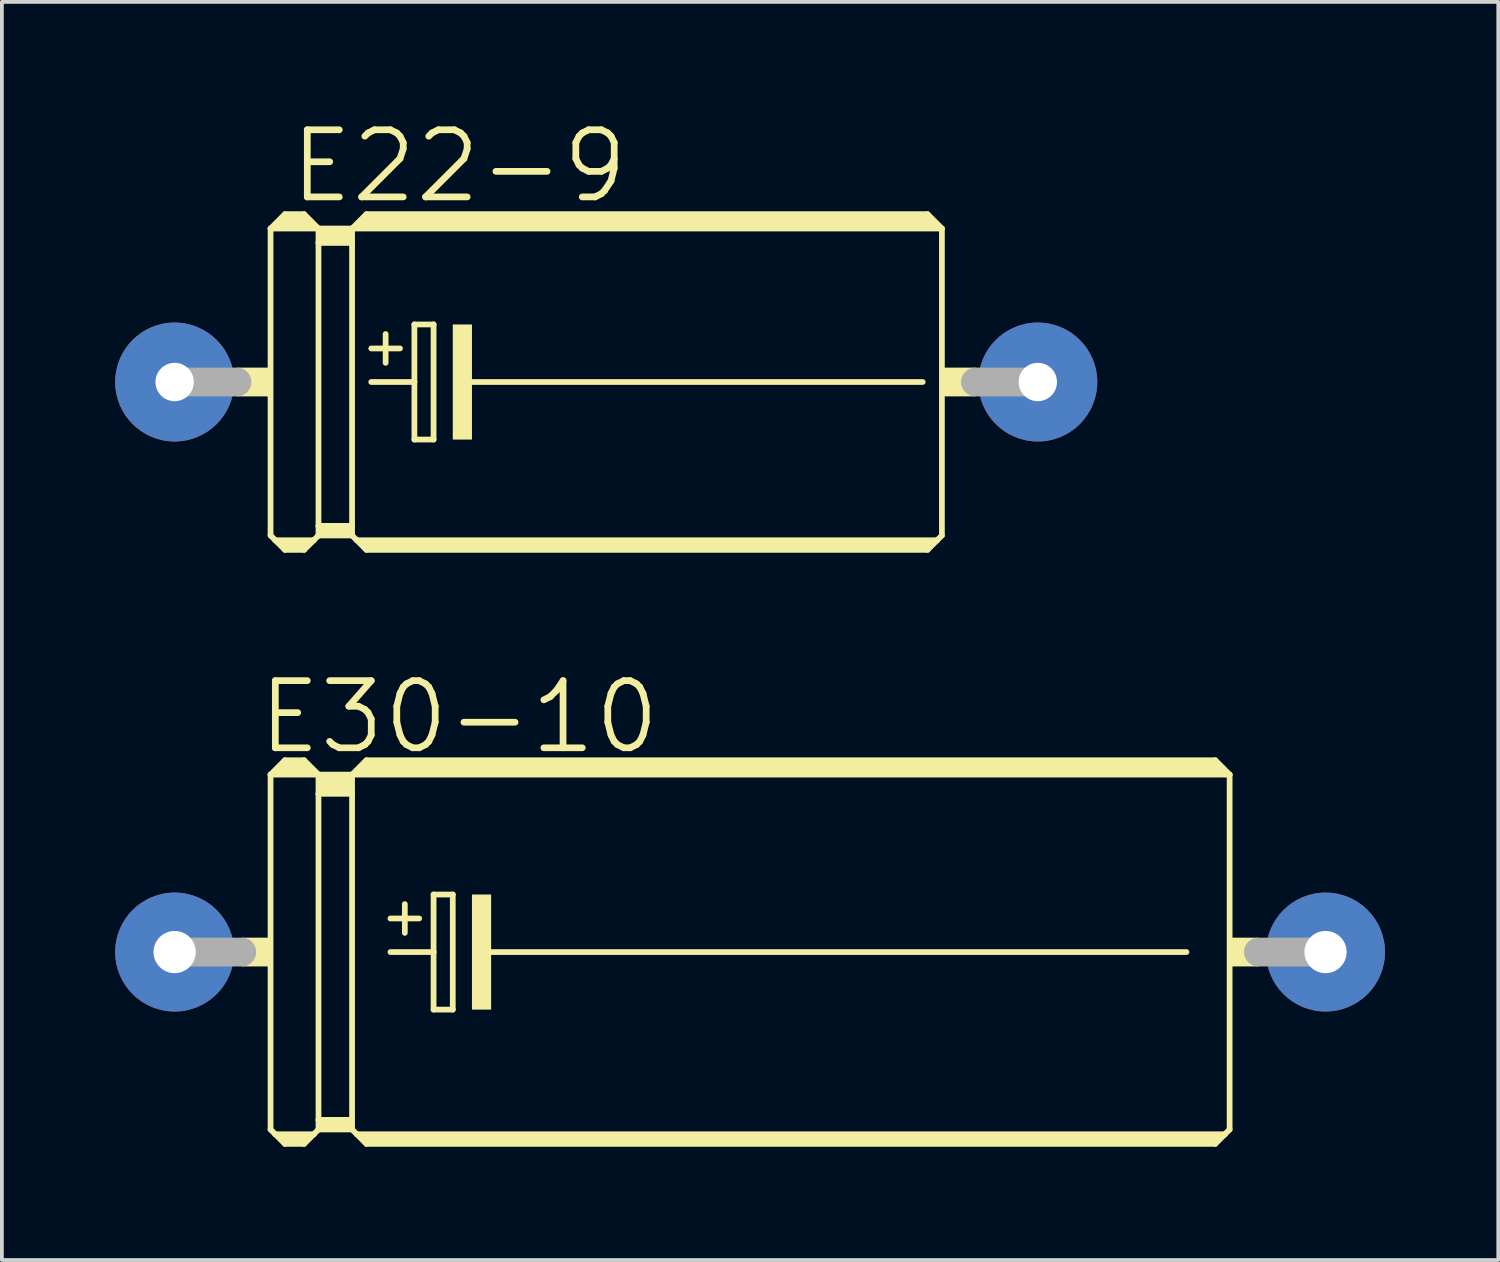
<source format=kicad_pcb>
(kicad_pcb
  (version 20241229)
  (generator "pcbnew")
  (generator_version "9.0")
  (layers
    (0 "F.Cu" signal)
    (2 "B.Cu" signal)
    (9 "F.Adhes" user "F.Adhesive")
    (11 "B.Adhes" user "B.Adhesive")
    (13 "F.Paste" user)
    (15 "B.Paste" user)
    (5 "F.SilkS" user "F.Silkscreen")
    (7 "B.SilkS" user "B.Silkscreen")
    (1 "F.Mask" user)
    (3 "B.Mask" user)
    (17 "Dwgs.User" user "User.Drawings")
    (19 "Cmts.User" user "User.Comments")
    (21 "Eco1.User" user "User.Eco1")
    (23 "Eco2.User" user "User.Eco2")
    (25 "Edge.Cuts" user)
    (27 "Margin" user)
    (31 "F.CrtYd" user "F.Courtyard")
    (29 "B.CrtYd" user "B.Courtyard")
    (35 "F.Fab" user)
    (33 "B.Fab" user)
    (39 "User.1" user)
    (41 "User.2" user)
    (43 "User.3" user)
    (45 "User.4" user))
  (footprint "E30-10"
    (layer "F.Cu")
    (at 16.815 22.164)
    (property "Reference" "E30-10" (at -7.705 -6.223 0) (layer "F.SilkS") (effects (font (size 1.778 1.778) (thickness 0.178))))
    (attr through_hole)
    (fp_line (start -12.7 -4.699) (end -12.7 4.699) (stroke (width 0.152) (type solid)) (layer "F.SilkS"))
    (fp_line (start -12.7 -4.699) (end -12.319 -5.08) (stroke (width 0.152) (type solid)) (layer "F.SilkS"))
    (fp_line (start -12.7 -4.699) (end -11.43 -4.699) (stroke (width 0.152) (type solid)) (layer "F.SilkS"))
    (fp_line (start -12.7 4.699) (end -12.573 4.826) (stroke (width 0.152) (type solid)) (layer "F.SilkS"))
    (fp_line (start -12.573 4.826) (end -12.319 5.08) (stroke (width 0.152) (type solid)) (layer "F.SilkS"))
    (fp_line (start -12.573 4.826) (end -11.557 4.826) (stroke (width 0.152) (type solid)) (layer "F.SilkS"))
    (fp_line (start -12.446 -4.826) (end -11.684 -4.826) (stroke (width 0.305) (type solid)) (layer "F.SilkS"))
    (fp_line (start -12.319 -5.08) (end -11.811 -5.08) (stroke (width 0.152) (type solid)) (layer "F.SilkS"))
    (fp_line (start -12.319 -4.953) (end -11.811 -4.953) (stroke (width 0.305) (type solid)) (layer "F.SilkS"))
    (fp_line (start -12.319 4.953) (end -11.811 4.953) (stroke (width 0.305) (type solid)) (layer "F.SilkS"))
    (fp_line (start -12.319 5.08) (end -11.811 5.08) (stroke (width 0.152) (type solid)) (layer "F.SilkS"))
    (fp_line (start -11.557 4.826) (end -11.811 5.08) (stroke (width 0.152) (type solid)) (layer "F.SilkS"))
    (fp_line (start -11.43 -4.699) (end -11.811 -5.08) (stroke (width 0.152) (type solid)) (layer "F.SilkS"))
    (fp_line (start -11.43 -4.699) (end -11.43 -4.191) (stroke (width 0.152) (type solid)) (layer "F.SilkS"))
    (fp_line (start -11.43 -4.699) (end -10.541 -4.699) (stroke (width 0.152) (type solid)) (layer "F.SilkS"))
    (fp_line (start -11.43 -4.191) (end -11.43 4.445) (stroke (width 0.152) (type solid)) (layer "F.SilkS"))
    (fp_line (start -11.43 -4.191) (end -10.541 -4.191) (stroke (width 0.152) (type solid)) (layer "F.SilkS"))
    (fp_line (start -11.43 4.445) (end -11.43 4.699) (stroke (width 0.152) (type solid)) (layer "F.SilkS"))
    (fp_line (start -11.43 4.445) (end -10.541 4.445) (stroke (width 0.152) (type solid)) (layer "F.SilkS"))
    (fp_line (start -11.43 4.699) (end -11.557 4.826) (stroke (width 0.152) (type solid)) (layer "F.SilkS"))
    (fp_line (start -11.43 4.699) (end -10.541 4.699) (stroke (width 0.152) (type solid)) (layer "F.SilkS"))
    (fp_line (start -11.303 -4.572) (end -10.668 -4.572) (stroke (width 0.305) (type solid)) (layer "F.SilkS"))
    (fp_line (start -11.303 -4.318) (end -10.668 -4.318) (stroke (width 0.305) (type solid)) (layer "F.SilkS"))
    (fp_line (start -11.303 4.572) (end -10.668 4.572) (stroke (width 0.305) (type solid)) (layer "F.SilkS"))
    (fp_line (start -10.541 -4.699) (end -10.541 -4.191) (stroke (width 0.152) (type solid)) (layer "F.SilkS"))
    (fp_line (start -10.541 -4.699) (end -10.16 -5.08) (stroke (width 0.152) (type solid)) (layer "F.SilkS"))
    (fp_line (start -10.541 -4.699) (end 12.7 -4.699) (stroke (width 0.152) (type solid)) (layer "F.SilkS"))
    (fp_line (start -10.541 -4.191) (end -10.541 4.445) (stroke (width 0.152) (type solid)) (layer "F.SilkS"))
    (fp_line (start -10.541 4.445) (end -10.541 4.699) (stroke (width 0.152) (type solid)) (layer "F.SilkS"))
    (fp_line (start -10.414 4.826) (end -10.541 4.699) (stroke (width 0.152) (type solid)) (layer "F.SilkS"))
    (fp_line (start -10.414 4.826) (end 12.573 4.826) (stroke (width 0.152) (type solid)) (layer "F.SilkS"))
    (fp_line (start -10.287 -4.826) (end 12.446 -4.826) (stroke (width 0.305) (type solid)) (layer "F.SilkS"))
    (fp_line (start -10.16 -4.953) (end 12.319 -4.953) (stroke (width 0.305) (type solid)) (layer "F.SilkS"))
    (fp_line (start -10.16 4.953) (end 12.319 4.953) (stroke (width 0.305) (type solid)) (layer "F.SilkS"))
    (fp_line (start -10.16 5.08) (end -10.414 4.826) (stroke (width 0.152) (type solid)) (layer "F.SilkS"))
    (fp_line (start -9.525 -0.889) (end -8.763 -0.889) (stroke (width 0.152) (type solid)) (layer "F.SilkS"))
    (fp_line (start -9.525 0) (end -8.382 0) (stroke (width 0.152) (type solid)) (layer "F.SilkS"))
    (fp_line (start -9.144 -1.27) (end -9.144 -0.508) (stroke (width 0.152) (type solid)) (layer "F.SilkS"))
    (fp_line (start -8.382 -1.524) (end -8.382 0) (stroke (width 0.152) (type solid)) (layer "F.SilkS"))
    (fp_line (start -8.382 0) (end -8.382 1.524) (stroke (width 0.152) (type solid)) (layer "F.SilkS"))
    (fp_line (start -8.382 1.524) (end -7.874 1.524) (stroke (width 0.152) (type solid)) (layer "F.SilkS"))
    (fp_line (start -7.874 -1.524) (end -8.382 -1.524) (stroke (width 0.152) (type solid)) (layer "F.SilkS"))
    (fp_line (start -7.874 1.524) (end -7.874 -1.524) (stroke (width 0.152) (type solid)) (layer "F.SilkS"))
    (fp_line (start -6.985 0) (end 11.557 0) (stroke (width 0.152) (type solid)) (layer "F.SilkS"))
    (fp_line (start 12.319 -5.08) (end -10.16 -5.08) (stroke (width 0.152) (type solid)) (layer "F.SilkS"))
    (fp_line (start 12.319 5.08) (end -10.16 5.08) (stroke (width 0.152) (type solid)) (layer "F.SilkS"))
    (fp_line (start 12.573 4.826) (end 12.319 5.08) (stroke (width 0.152) (type solid)) (layer "F.SilkS"))
    (fp_line (start 12.7 -4.699) (end 12.319 -5.08) (stroke (width 0.152) (type solid)) (layer "F.SilkS"))
    (fp_line (start 12.7 -4.699) (end 12.7 4.699) (stroke (width 0.152) (type solid)) (layer "F.SilkS"))
    (fp_line (start 12.7 4.699) (end 12.573 4.826) (stroke (width 0.152) (type solid)) (layer "F.SilkS"))
    (fp_poly (pts (xy -13.462 -0.381) (xy -12.7 -0.381) (xy -12.7 0.381) (xy -13.462 0.381)) (stroke (width 0) (type solid)) (fill yes) (layer "F.SilkS"))
    (fp_poly (pts (xy -7.366 -1.524) (xy -6.858 -1.524) (xy -6.858 1.524) (xy -7.366 1.524)) (stroke (width 0) (type solid)) (fill yes) (layer "F.SilkS"))
    (fp_poly (pts (xy 12.7 -0.381) (xy 13.462 -0.381) (xy 13.462 0.381) (xy 12.7 0.381)) (stroke (width 0) (type solid)) (fill yes) (layer "F.SilkS"))
    (fp_line (start -15.24 0) (end -13.462 0) (stroke (width 0.762) (type solid)) (layer "F.Fab"))
    (fp_line (start 15.24 0) (end 13.462 0) (stroke (width 0.762) (type solid)) (layer "F.Fab"))
    (pad "+" thru_hole circle (at -15.24 0) (size 3.15 3.15) (drill 1.118) (layers "*.Cu" "*.Mask"))
    (pad "-" thru_hole circle (at 15.24 0) (size 3.15 3.15) (drill 1.118) (layers "*.Cu" "*.Mask")))
  (footprint "E22-9"
    (layer "F.Cu")
    (at 13.005 7.067)
    (property "Reference" "E22-9" (at -3.895 -5.715 0) (layer "F.SilkS") (effects (font (size 1.778 1.778) (thickness 0.178))))
    (attr through_hole)
    (fp_line (start -8.89 -4.064) (end -8.89 4.064) (stroke (width 0.152) (type solid)) (layer "F.SilkS"))
    (fp_line (start -8.89 -4.064) (end -8.509 -4.445) (stroke (width 0.152) (type solid)) (layer "F.SilkS"))
    (fp_line (start -8.89 -4.064) (end -7.62 -4.064) (stroke (width 0.152) (type solid)) (layer "F.SilkS"))
    (fp_line (start -8.89 4.064) (end -8.763 4.191) (stroke (width 0.152) (type solid)) (layer "F.SilkS"))
    (fp_line (start -8.763 4.191) (end -8.509 4.445) (stroke (width 0.152) (type solid)) (layer "F.SilkS"))
    (fp_line (start -8.763 4.191) (end -7.747 4.191) (stroke (width 0.152) (type solid)) (layer "F.SilkS"))
    (fp_line (start -8.636 -4.191) (end -7.874 -4.191) (stroke (width 0.305) (type solid)) (layer "F.SilkS"))
    (fp_line (start -8.509 -4.445) (end -8.001 -4.445) (stroke (width 0.152) (type solid)) (layer "F.SilkS"))
    (fp_line (start -8.509 -4.318) (end -8.001 -4.318) (stroke (width 0.305) (type solid)) (layer "F.SilkS"))
    (fp_line (start -8.509 4.318) (end -8.001 4.318) (stroke (width 0.254) (type solid)) (layer "F.SilkS"))
    (fp_line (start -8.509 4.445) (end -8.001 4.445) (stroke (width 0.152) (type solid)) (layer "F.SilkS"))
    (fp_line (start -7.747 4.191) (end -8.001 4.445) (stroke (width 0.152) (type solid)) (layer "F.SilkS"))
    (fp_line (start -7.62 -4.064) (end -8.001 -4.445) (stroke (width 0.152) (type solid)) (layer "F.SilkS"))
    (fp_line (start -7.62 -4.064) (end -7.62 -3.683) (stroke (width 0.152) (type solid)) (layer "F.SilkS"))
    (fp_line (start -7.62 -4.064) (end -6.731 -4.064) (stroke (width 0.152) (type solid)) (layer "F.SilkS"))
    (fp_line (start -7.62 -3.683) (end -6.731 -3.683) (stroke (width 0.152) (type solid)) (layer "F.SilkS"))
    (fp_line (start -7.62 3.81) (end -7.62 -3.683) (stroke (width 0.152) (type solid)) (layer "F.SilkS"))
    (fp_line (start -7.62 3.81) (end -6.731 3.81) (stroke (width 0.152) (type solid)) (layer "F.SilkS"))
    (fp_line (start -7.62 4.064) (end -7.747 4.191) (stroke (width 0.152) (type solid)) (layer "F.SilkS"))
    (fp_line (start -7.62 4.064) (end -7.62 3.81) (stroke (width 0.152) (type solid)) (layer "F.SilkS"))
    (fp_line (start -7.62 4.064) (end -6.731 4.064) (stroke (width 0.152) (type solid)) (layer "F.SilkS"))
    (fp_line (start -7.493 -3.937) (end -6.858 -3.937) (stroke (width 0.305) (type solid)) (layer "F.SilkS"))
    (fp_line (start -7.493 -3.81) (end -6.858 -3.81) (stroke (width 0.305) (type solid)) (layer "F.SilkS"))
    (fp_line (start -7.493 3.937) (end -6.858 3.937) (stroke (width 0.254) (type solid)) (layer "F.SilkS"))
    (fp_line (start -6.731 -4.064) (end -6.731 -3.683) (stroke (width 0.152) (type solid)) (layer "F.SilkS"))
    (fp_line (start -6.731 -4.064) (end 8.89 -4.064) (stroke (width 0.152) (type solid)) (layer "F.SilkS"))
    (fp_line (start -6.731 -3.683) (end -6.731 3.81) (stroke (width 0.152) (type solid)) (layer "F.SilkS"))
    (fp_line (start -6.731 3.81) (end -6.731 4.064) (stroke (width 0.152) (type solid)) (layer "F.SilkS"))
    (fp_line (start -6.604 4.191) (end -6.731 4.064) (stroke (width 0.152) (type solid)) (layer "F.SilkS"))
    (fp_line (start -6.604 4.191) (end 8.763 4.191) (stroke (width 0.152) (type solid)) (layer "F.SilkS"))
    (fp_line (start -6.477 -4.191) (end 8.636 -4.191) (stroke (width 0.305) (type solid)) (layer "F.SilkS"))
    (fp_line (start -6.35 -4.445) (end -6.731 -4.064) (stroke (width 0.152) (type solid)) (layer "F.SilkS"))
    (fp_line (start -6.35 -4.445) (end 8.509 -4.445) (stroke (width 0.152) (type solid)) (layer "F.SilkS"))
    (fp_line (start -6.35 -4.318) (end 8.509 -4.318) (stroke (width 0.305) (type solid)) (layer "F.SilkS"))
    (fp_line (start -6.35 4.318) (end 8.509 4.318) (stroke (width 0.254) (type solid)) (layer "F.SilkS"))
    (fp_line (start -6.35 4.445) (end -6.604 4.191) (stroke (width 0.152) (type solid)) (layer "F.SilkS"))
    (fp_line (start -6.35 4.445) (end 8.509 4.445) (stroke (width 0.152) (type solid)) (layer "F.SilkS"))
    (fp_line (start -6.223 -0.889) (end -5.461 -0.889) (stroke (width 0.152) (type solid)) (layer "F.SilkS"))
    (fp_line (start -6.223 0) (end -5.08 0) (stroke (width 0.152) (type solid)) (layer "F.SilkS"))
    (fp_line (start -5.842 -1.27) (end -5.842 -0.508) (stroke (width 0.152) (type solid)) (layer "F.SilkS"))
    (fp_line (start -5.08 -1.524) (end -5.08 0) (stroke (width 0.152) (type solid)) (layer "F.SilkS"))
    (fp_line (start -5.08 0) (end -5.08 1.524) (stroke (width 0.152) (type solid)) (layer "F.SilkS"))
    (fp_line (start -5.08 1.524) (end -4.572 1.524) (stroke (width 0.152) (type solid)) (layer "F.SilkS"))
    (fp_line (start -4.572 -1.524) (end -5.08 -1.524) (stroke (width 0.152) (type solid)) (layer "F.SilkS"))
    (fp_line (start -4.572 1.524) (end -4.572 -1.524) (stroke (width 0.152) (type solid)) (layer "F.SilkS"))
    (fp_line (start -3.683 0) (end 8.382 0) (stroke (width 0.152) (type solid)) (layer "F.SilkS"))
    (fp_line (start 8.509 -4.445) (end 8.89 -4.064) (stroke (width 0.152) (type solid)) (layer "F.SilkS"))
    (fp_line (start 8.509 4.445) (end 8.763 4.191) (stroke (width 0.152) (type solid)) (layer "F.SilkS"))
    (fp_line (start 8.763 4.191) (end 8.89 4.064) (stroke (width 0.152) (type solid)) (layer "F.SilkS"))
    (fp_line (start 8.89 -4.064) (end 8.89 4.064) (stroke (width 0.152) (type solid)) (layer "F.SilkS"))
    (fp_poly (pts (xy -9.779 -0.381) (xy -8.89 -0.381) (xy -8.89 0.381) (xy -9.779 0.381)) (stroke (width 0) (type solid)) (fill yes) (layer "F.SilkS"))
    (fp_poly (pts (xy -4.064 -1.524) (xy -3.556 -1.524) (xy -3.556 1.524) (xy -4.064 1.524)) (stroke (width 0) (type solid)) (fill yes) (layer "F.SilkS"))
    (fp_poly (pts (xy 8.89 -0.381) (xy 9.779 -0.381) (xy 9.779 0.381) (xy 8.89 0.381)) (stroke (width 0) (type solid)) (fill yes) (layer "F.SilkS"))
    (fp_line (start -11.43 0) (end -9.779 0) (stroke (width 0.762) (type solid)) (layer "F.Fab"))
    (fp_line (start 11.43 0) (end 9.779 0) (stroke (width 0.762) (type solid)) (layer "F.Fab"))
    (pad "+" thru_hole circle (at -11.43 0) (size 3.15 3.15) (drill 1.016) (layers "*.Cu" "*.Mask"))
    (pad "-" thru_hole circle (at 11.43 0) (size 3.15 3.15) (drill 1.016) (layers "*.Cu" "*.Mask")))
  (gr_rect
    (start -3 -3)
    (end 36.63 30.32)
    (stroke (width 0.1) (type default))
    (fill no)
    (layer "Edge.Cuts")))
</source>
